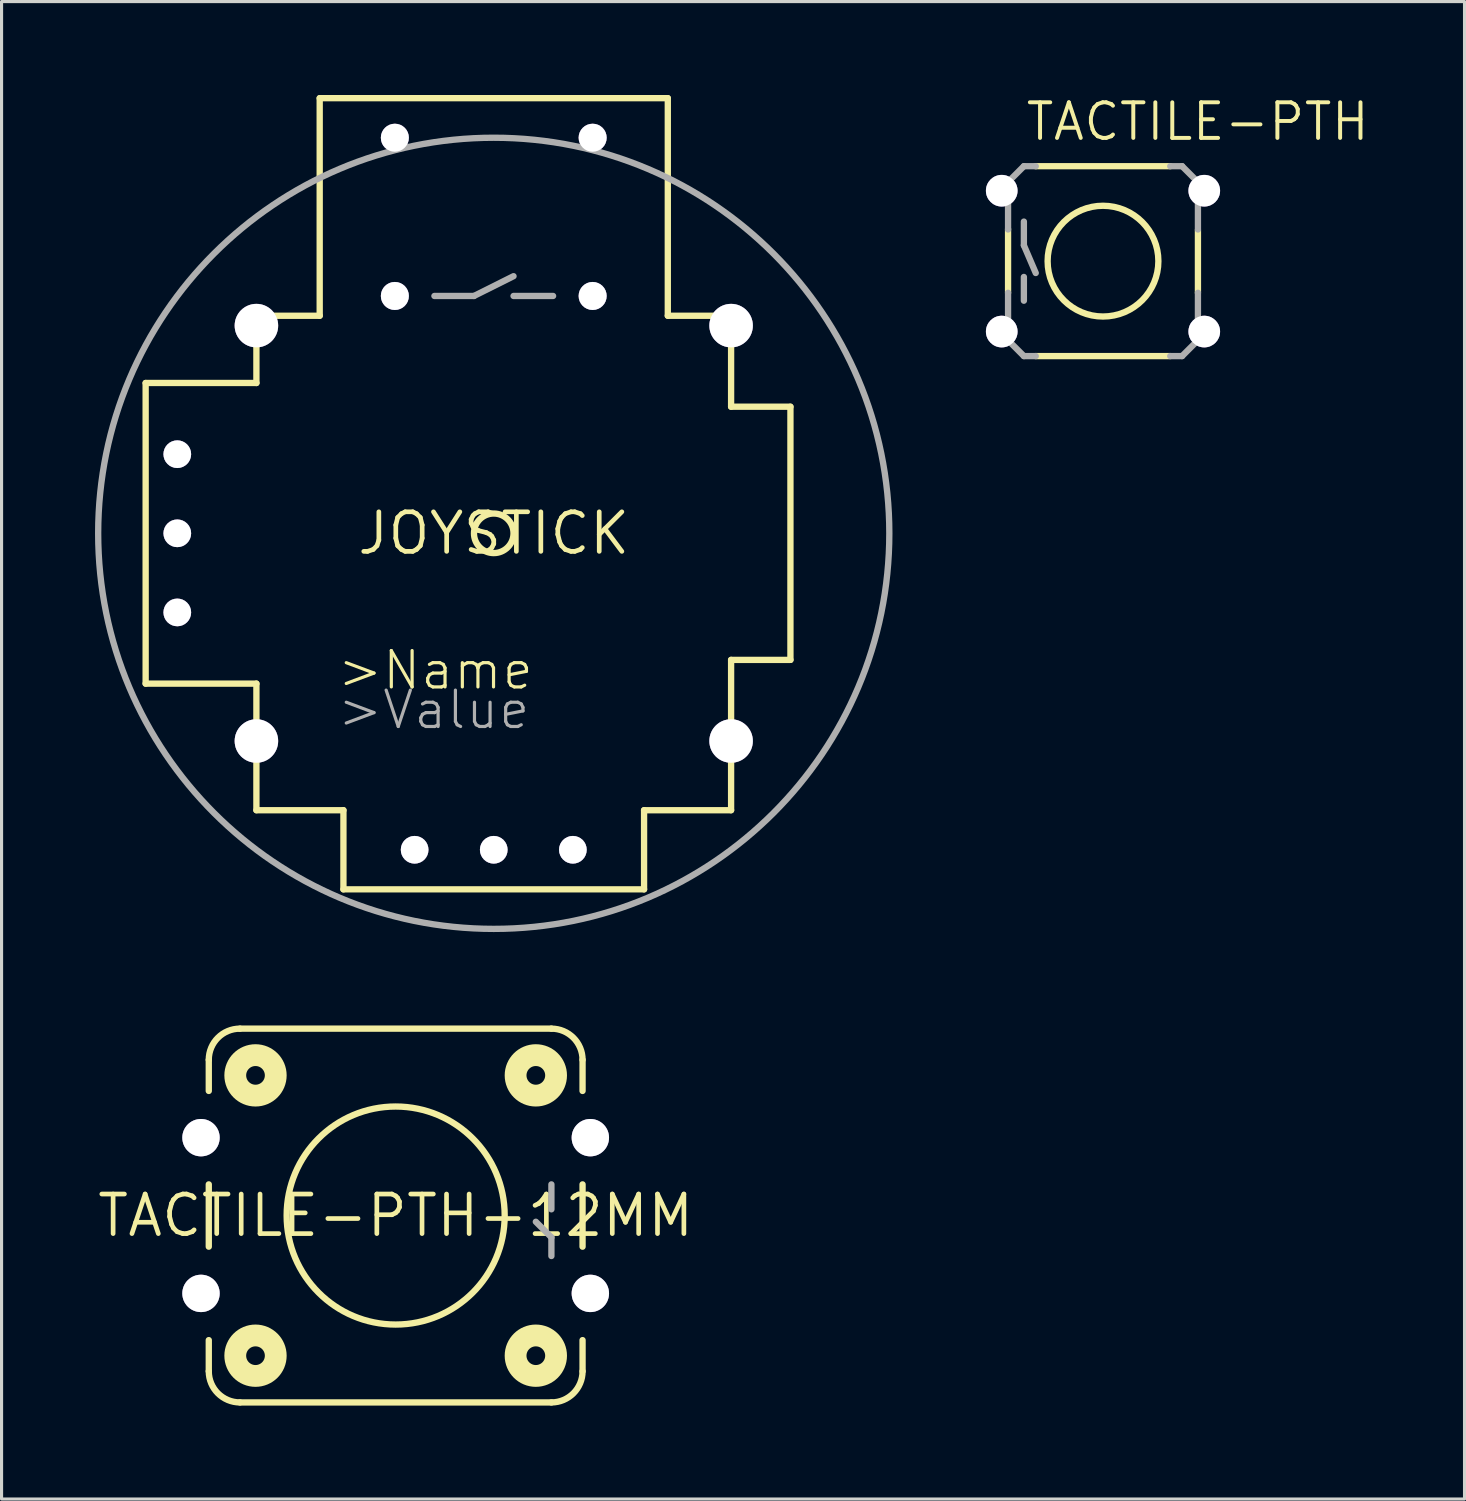
<source format=kicad_pcb>
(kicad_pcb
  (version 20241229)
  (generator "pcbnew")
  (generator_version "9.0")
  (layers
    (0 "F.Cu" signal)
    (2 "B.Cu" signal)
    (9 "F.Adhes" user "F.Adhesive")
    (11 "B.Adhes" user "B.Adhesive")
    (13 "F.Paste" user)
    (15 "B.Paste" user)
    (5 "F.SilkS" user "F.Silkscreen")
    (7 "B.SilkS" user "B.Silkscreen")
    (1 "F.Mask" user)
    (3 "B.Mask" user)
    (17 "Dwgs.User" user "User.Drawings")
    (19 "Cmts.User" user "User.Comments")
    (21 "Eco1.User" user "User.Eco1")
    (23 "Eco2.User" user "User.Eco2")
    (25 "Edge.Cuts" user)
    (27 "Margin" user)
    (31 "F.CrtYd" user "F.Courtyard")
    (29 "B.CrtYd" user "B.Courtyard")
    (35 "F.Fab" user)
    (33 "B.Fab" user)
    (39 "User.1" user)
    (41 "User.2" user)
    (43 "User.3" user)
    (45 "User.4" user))
  (footprint "TACTILE-PTH-12MM"
    (layer "F.Cu")
    (at 9.653 35.975)
    (property "Reference" "TACTILE-PTH-12MM" (at 0 0 0) (layer "F.SilkS") (effects (font (size 1.27 1.27) (thickness 0.15))))
    (fp_line (start -6 -4) (end -6 -5) (stroke (width 0.203) (type solid)) (layer "F.SilkS"))
    (fp_line (start -6 1) (end -6 -1) (stroke (width 0.203) (type solid)) (layer "F.SilkS"))
    (fp_line (start -6 5) (end -6 4) (stroke (width 0.203) (type solid)) (layer "F.SilkS"))
    (fp_line (start -5 -6) (end 5 -6) (stroke (width 0.203) (type solid)) (layer "F.SilkS"))
    (fp_line (start 5 6) (end -5 6) (stroke (width 0.203) (type solid)) (layer "F.SilkS"))
    (fp_line (start 6 -5) (end 6 -4) (stroke (width 0.203) (type solid)) (layer "F.SilkS"))
    (fp_line (start 6 -1) (end 6 1) (stroke (width 0.203) (type solid)) (layer "F.SilkS"))
    (fp_line (start 6 4) (end 6 5) (stroke (width 0.203) (type solid)) (layer "F.SilkS"))
    (fp_arc (start -6 -5) (mid -5.707107 -5.707107) (end -5 -6) (stroke (width 0.2032) (type solid)) (layer "F.SilkS"))
    (fp_arc (start -5 6) (mid -5.707107 5.707107) (end -6 5) (stroke (width 0.2032) (type solid)) (layer "F.SilkS"))
    (fp_arc (start 5 -6) (mid 5.707107 -5.707107) (end 6 -5) (stroke (width 0.2032) (type solid)) (layer "F.SilkS"))
    (fp_arc (start 6 5) (mid 5.707107 5.707107) (end 5 6) (stroke (width 0.2032) (type solid)) (layer "F.SilkS"))
    (fp_circle (center -4.5 -4.5) (end -4.2 -4.5) (stroke (width 0.7) (type solid)) (fill no) (layer "F.SilkS"))
    (fp_circle (center -4.5 4.5) (end -4.2 4.5) (stroke (width 0.7) (type solid)) (fill no) (layer "F.SilkS"))
    (fp_circle (center 0 0) (end 3.5 0) (stroke (width 0.203) (type solid)) (fill no) (layer "F.SilkS"))
    (fp_circle (center 4.5 -4.5) (end 4.8 -4.5) (stroke (width 0.7) (type solid)) (fill no) (layer "F.SilkS"))
    (fp_circle (center 4.5 4.5) (end 4.8 4.5) (stroke (width 0.7) (type solid)) (fill no) (layer "F.SilkS"))
    (fp_line (start 5 -0.2) (end 5 -1) (stroke (width 0.203) (type solid)) (layer "F.Fab"))
    (fp_line (start 5 0.7) (end 4.5 0.2) (stroke (width 0.203) (type solid)) (layer "F.Fab"))
    (fp_line (start 5 1.3) (end 5 0.7) (stroke (width 0.203) (type solid)) (layer "F.Fab"))
    (pad "1" thru_hole circle (at 6.25 2.5) (size 1.2 1.2) (drill 1.2) (layers "*.Cu" "*.Mask"))
    (pad "2" thru_hole circle (at -6.25 2.5) (size 1.2 1.2) (drill 1.2) (layers "*.Cu" "*.Mask"))
    (pad "3" thru_hole circle (at 6.25 -2.5) (size 1.2 1.2) (drill 1.2) (layers "*.Cu" "*.Mask"))
    (pad "4" thru_hole circle (at -6.25 -2.5) (size 1.2 1.2) (drill 1.2) (layers "*.Cu" "*.Mask")))
  (footprint "JOYSTICK"
    (layer "F.Cu")
    (at 12.802 14.072)
    (property "Reference" "JOYSTICK" (at 0 0 0) (layer "F.SilkS") (effects (font (size 1.27 1.27) (thickness 0.15))))
    (fp_line (start -11.176 -4.826) (end -11.176 4.826) (stroke (width 0.203) (type solid)) (layer "F.SilkS"))
    (fp_line (start -7.62 -4.826) (end -11.176 -4.826) (stroke (width 0.203) (type solid)) (layer "F.SilkS"))
    (fp_line (start -7.62 -4.826) (end -7.62 -6.985) (stroke (width 0.203) (type solid)) (layer "F.SilkS"))
    (fp_line (start -7.62 4.826) (end -11.176 4.826) (stroke (width 0.203) (type solid)) (layer "F.SilkS"))
    (fp_line (start -7.62 4.826) (end -7.62 8.89) (stroke (width 0.203) (type solid)) (layer "F.SilkS"))
    (fp_line (start -5.588 -13.97) (end -5.588 -6.985) (stroke (width 0.203) (type solid)) (layer "F.SilkS"))
    (fp_line (start -5.588 -6.985) (end -7.62 -6.985) (stroke (width 0.203) (type solid)) (layer "F.SilkS"))
    (fp_line (start -4.826 8.89) (end -7.62 8.89) (stroke (width 0.203) (type solid)) (layer "F.SilkS"))
    (fp_line (start -4.826 11.43) (end -4.826 8.89) (stroke (width 0.203) (type solid)) (layer "F.SilkS"))
    (fp_line (start 4.826 8.89) (end 7.62 8.89) (stroke (width 0.203) (type solid)) (layer "F.SilkS"))
    (fp_line (start 4.826 11.43) (end -4.826 11.43) (stroke (width 0.203) (type solid)) (layer "F.SilkS"))
    (fp_line (start 4.826 11.43) (end 4.826 8.89) (stroke (width 0.203) (type solid)) (layer "F.SilkS"))
    (fp_line (start 5.588 -13.97) (end -5.588 -13.97) (stroke (width 0.203) (type solid)) (layer "F.SilkS"))
    (fp_line (start 5.588 -13.97) (end 5.588 -6.985) (stroke (width 0.203) (type solid)) (layer "F.SilkS"))
    (fp_line (start 7.62 -6.985) (end 5.588 -6.985) (stroke (width 0.203) (type solid)) (layer "F.SilkS"))
    (fp_line (start 7.62 -4.064) (end 7.62 -6.985) (stroke (width 0.203) (type solid)) (layer "F.SilkS"))
    (fp_line (start 7.62 -4.064) (end 9.525 -4.064) (stroke (width 0.203) (type solid)) (layer "F.SilkS"))
    (fp_line (start 7.62 4.064) (end 7.62 8.89) (stroke (width 0.203) (type solid)) (layer "F.SilkS"))
    (fp_line (start 7.62 4.064) (end 9.525 4.064) (stroke (width 0.203) (type solid)) (layer "F.SilkS"))
    (fp_line (start 9.525 -4.064) (end 9.525 4.064) (stroke (width 0.203) (type solid)) (layer "F.SilkS"))
    (fp_circle (center 0 0) (end 0.635 0) (stroke (width 0.203) (type solid)) (fill no) (layer "F.SilkS"))
    (fp_line (start -1.905 -7.62) (end -0.635 -7.62) (stroke (width 0.203) (type solid)) (layer "F.Fab"))
    (fp_line (start -0.635 -7.62) (end 0.635 -8.255) (stroke (width 0.203) (type solid)) (layer "F.Fab"))
    (fp_line (start 0.635 -7.62) (end 1.905 -7.62) (stroke (width 0.203) (type solid)) (layer "F.Fab"))
    (fp_circle (center 0 0) (end 12.7 0) (stroke (width 0.203) (type solid)) (fill no) (layer "F.Fab"))
    (fp_text user ">Name" (at -5.08 5.08 0) (layer "F.SilkS") (effects (font (size 1.168 1.168) (thickness 0.102)) (justify left bottom)))
    (fp_text user ">Value" (at -5.08 6.35 0) (layer "F.Fab") (effects (font (size 1.168 1.168) (thickness 0.102)) (justify left bottom)))
    (pad "B1A" thru_hole circle (at -3.175 -12.7) (size 0.9 0.9) (drill 0.9) (layers "*.Cu" "*.Mask"))
    (pad "B1B" thru_hole circle (at 3.175 -12.7) (size 0.9 0.9) (drill 0.9) (layers "*.Cu" "*.Mask"))
    (pad "B2A" thru_hole circle (at -3.175 -7.62) (size 0.9 0.9) (drill 0.9) (layers "*.Cu" "*.Mask"))
    (pad "B2B" thru_hole circle (at 3.175 -7.62) (size 0.9 0.9) (drill 0.9) (layers "*.Cu" "*.Mask"))
    (pad "H1" thru_hole circle (at -2.54 10.16) (size 0.889 0.889) (drill 0.889) (layers "*.Cu" "*.Mask"))
    (pad "H2" thru_hole circle (at 0 10.16) (size 0.889 0.889) (drill 0.889) (layers "*.Cu" "*.Mask"))
    (pad "H3" thru_hole circle (at 2.54 10.16) (size 0.889 0.889) (drill 0.889) (layers "*.Cu" "*.Mask"))
    (pad "MOUNT1" thru_hole circle (at -7.62 -6.668) (size 1.397 1.397) (drill 1.397) (layers "*.Cu" "*.Mask"))
    (pad "MOUNT2" thru_hole circle (at -7.62 6.668) (size 1.397 1.397) (drill 1.397) (layers "*.Cu" "*.Mask"))
    (pad "MOUNT3" thru_hole circle (at 7.62 6.668) (size 1.397 1.397) (drill 1.397) (layers "*.Cu" "*.Mask"))
    (pad "MOUNT4" thru_hole circle (at 7.62 -6.668) (size 1.397 1.397) (drill 1.397) (layers "*.Cu" "*.Mask"))
    (pad "V1" thru_hole circle (at -10.16 -2.54) (size 0.889 0.889) (drill 0.889) (layers "*.Cu" "*.Mask"))
    (pad "V2" thru_hole circle (at -10.16 0) (size 0.889 0.889) (drill 0.889) (layers "*.Cu" "*.Mask"))
    (pad "V3" thru_hole circle (at -10.16 2.54) (size 0.889 0.889) (drill 0.889) (layers "*.Cu" "*.Mask")))
  (footprint "TACTILE-PTH"
    (layer "F.Cu")
    (at 32.362 5.334)
    (property "Reference" "TACTILE-PTH" (at -2.54 -3.81 0) (layer "F.SilkS") (effects (font (size 1.143 1.143) (thickness 0.127)) (justify left bottom)))
    (fp_line (start -3.048 -1.028) (end -3.048 1.016) (stroke (width 0.203) (type solid)) (layer "F.SilkS"))
    (fp_line (start -2.159 3.048) (end 2.159 3.048) (stroke (width 0.203) (type solid)) (layer "F.SilkS"))
    (fp_line (start 2.159 -3.048) (end -2.159 -3.048) (stroke (width 0.203) (type solid)) (layer "F.SilkS"))
    (fp_line (start 3.048 -0.998) (end 3.048 1.016) (stroke (width 0.203) (type solid)) (layer "F.SilkS"))
    (fp_circle (center 0 0) (end 1.778 0) (stroke (width 0.203) (type solid)) (fill no) (layer "F.SilkS"))
    (fp_line (start -3.048 -2.54) (end -3.048 -1.016) (stroke (width 0.203) (type solid)) (layer "F.Fab"))
    (fp_line (start -3.048 2.54) (end -3.048 1.016) (stroke (width 0.203) (type solid)) (layer "F.Fab"))
    (fp_line (start -2.54 -3.048) (end -3.048 -2.54) (stroke (width 0.203) (type solid)) (layer "F.Fab"))
    (fp_line (start -2.54 -3.048) (end -2.159 -3.048) (stroke (width 0.203) (type solid)) (layer "F.Fab"))
    (fp_line (start -2.54 -1.27) (end -2.54 -0.508) (stroke (width 0.203) (type solid)) (layer "F.Fab"))
    (fp_line (start -2.54 -0.508) (end -2.159 0.381) (stroke (width 0.203) (type solid)) (layer "F.Fab"))
    (fp_line (start -2.54 0.508) (end -2.54 1.27) (stroke (width 0.203) (type solid)) (layer "F.Fab"))
    (fp_line (start -2.54 3.048) (end -3.048 2.54) (stroke (width 0.203) (type solid)) (layer "F.Fab"))
    (fp_line (start -2.54 3.048) (end -2.159 3.048) (stroke (width 0.203) (type solid)) (layer "F.Fab"))
    (fp_line (start 2.54 -3.048) (end 2.159 -3.048) (stroke (width 0.203) (type solid)) (layer "F.Fab"))
    (fp_line (start 2.54 3.048) (end 2.159 3.048) (stroke (width 0.203) (type solid)) (layer "F.Fab"))
    (fp_line (start 2.54 3.048) (end 3.048 2.54) (stroke (width 0.203) (type solid)) (layer "F.Fab"))
    (fp_line (start 3.048 -2.54) (end 2.54 -3.048) (stroke (width 0.203) (type solid)) (layer "F.Fab"))
    (fp_line (start 3.048 -1.016) (end 3.048 -2.54) (stroke (width 0.203) (type solid)) (layer "F.Fab"))
    (fp_line (start 3.048 2.54) (end 3.048 1.016) (stroke (width 0.203) (type solid)) (layer "F.Fab"))
    (pad "1" thru_hole circle (at -3.251 -2.261) (size 1.016 1.016) (drill 1.016) (layers "*.Cu" "*.Mask"))
    (pad "2" thru_hole circle (at 3.251 -2.261) (size 1.016 1.016) (drill 1.016) (layers "*.Cu" "*.Mask"))
    (pad "3" thru_hole circle (at -3.251 2.261) (size 1.016 1.016) (drill 1.016) (layers "*.Cu" "*.Mask"))
    (pad "4" thru_hole circle (at 3.251 2.261) (size 1.016 1.016) (drill 1.016) (layers "*.Cu" "*.Mask")))
  (gr_rect
    (start -3 -3)
    (end 43.969 45.076)
    (stroke (width 0.1) (type default))
    (fill no)
    (layer "Edge.Cuts")))
</source>
